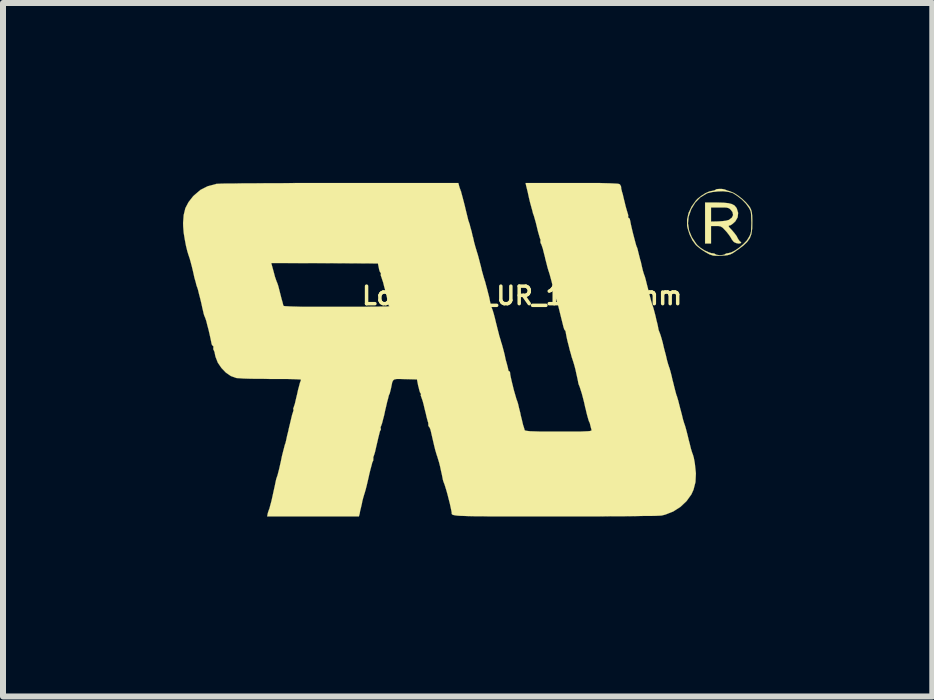
<source format=kicad_pcb>
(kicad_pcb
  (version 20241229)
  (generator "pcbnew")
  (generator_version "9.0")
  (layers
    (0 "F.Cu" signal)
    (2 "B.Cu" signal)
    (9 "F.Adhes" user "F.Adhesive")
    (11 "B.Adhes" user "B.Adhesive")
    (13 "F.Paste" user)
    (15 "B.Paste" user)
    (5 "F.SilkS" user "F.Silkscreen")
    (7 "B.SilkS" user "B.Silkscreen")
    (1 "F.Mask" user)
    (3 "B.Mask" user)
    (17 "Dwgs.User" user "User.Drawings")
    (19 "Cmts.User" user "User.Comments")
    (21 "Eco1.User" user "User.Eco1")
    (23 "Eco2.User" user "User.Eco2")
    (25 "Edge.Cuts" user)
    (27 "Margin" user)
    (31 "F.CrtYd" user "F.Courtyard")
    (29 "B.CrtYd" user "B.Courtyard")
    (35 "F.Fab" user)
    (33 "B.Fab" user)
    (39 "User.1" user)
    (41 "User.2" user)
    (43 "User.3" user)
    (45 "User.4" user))
  (footprint "Logo_silk_UR_10x5.6mm"
    (layer "F.Cu")
    (at 4.754 2.78)
    (property "Reference" "Logo_silk_UR_10x5.6mm" (at 0.9 -0.9 0) (layer "F.SilkS") (effects (font (size 0.292 0.292) (thickness 0.058))))
    (attr exclude_from_pos_files exclude_from_bom)
    (fp_poly (pts (xy 4.552 -1.788) (xy 4.539 -1.773) (xy 4.506 -1.77) (xy 4.468 -1.778) (xy 4.435 -1.793) (xy 4.425 -1.801) (xy 4.397 -1.836) (xy 4.374 -1.877) (xy 4.348 -1.915) (xy 4.31 -1.963) (xy 4.282 -1.994) (xy 4.242 -2.035) (xy 4.209 -2.055) (xy 4.173 -2.062) (xy 4.133 -2.062) (xy 4.049 -2.062) (xy 4.049 -1.918) (xy 4.049 -1.77) (xy 3.998 -1.77) (xy 3.95 -1.77) (xy 3.95 -2.113) (xy 3.95 -2.454) (xy 4.145 -2.454) (xy 4.255 -2.451) (xy 4.338 -2.443) (xy 4.397 -2.428) (xy 4.44 -2.405) (xy 4.468 -2.372) (xy 4.478 -2.357) (xy 4.501 -2.281) (xy 4.493 -2.207) (xy 4.455 -2.141) (xy 4.453 -2.139) (xy 4.417 -2.106) (xy 4.417 -2.245) (xy 4.407 -2.294) (xy 4.381 -2.329) (xy 4.361 -2.349) (xy 4.338 -2.362) (xy 4.305 -2.37) (xy 4.257 -2.372) (xy 4.196 -2.372) (xy 4.049 -2.372) (xy 4.049 -2.256) (xy 4.049 -2.136) (xy 4.176 -2.139) (xy 4.242 -2.144) (xy 4.3 -2.151) (xy 4.338 -2.162) (xy 4.343 -2.162) (xy 4.397 -2.202) (xy 4.417 -2.245) (xy 4.417 -2.106) (xy 4.415 -2.103) (xy 4.379 -2.078) (xy 4.366 -2.073) (xy 4.346 -2.068) (xy 4.343 -2.057) (xy 4.356 -2.037) (xy 4.389 -2.002) (xy 4.397 -1.994) (xy 4.44 -1.943) (xy 4.478 -1.892) (xy 4.491 -1.864) (xy 4.514 -1.826) (xy 4.531 -1.806) (xy 4.536 -1.803) (xy 4.552 -1.791) (xy 4.552 -1.788)) (stroke (width 0.003) (type solid)) (fill yes) (layer "F.SilkS"))
    (fp_poly (pts (xy 4.737 -2.126) (xy 4.735 -2.017) (xy 4.722 -1.93) (xy 4.722 -1.928) (xy 4.722 -2.108) (xy 4.722 -2.121) (xy 4.719 -2.202) (xy 4.717 -2.258) (xy 4.712 -2.299) (xy 4.699 -2.332) (xy 4.681 -2.365) (xy 4.676 -2.372) (xy 4.63 -2.436) (xy 4.564 -2.504) (xy 4.488 -2.563) (xy 4.417 -2.609) (xy 4.404 -2.614) (xy 4.341 -2.631) (xy 4.255 -2.642) (xy 4.161 -2.639) (xy 4.072 -2.629) (xy 3.993 -2.611) (xy 3.975 -2.603) (xy 3.871 -2.54) (xy 3.785 -2.451) (xy 3.719 -2.342) (xy 3.675 -2.215) (xy 3.665 -2.106) (xy 3.683 -1.989) (xy 3.729 -1.877) (xy 3.8 -1.77) (xy 3.825 -1.74) (xy 3.876 -1.697) (xy 3.94 -1.656) (xy 4.006 -1.626) (xy 4.059 -1.608) (xy 4.072 -1.608) (xy 4.105 -1.603) (xy 4.12 -1.593) (xy 4.143 -1.582) (xy 4.183 -1.577) (xy 4.201 -1.575) (xy 4.247 -1.58) (xy 4.277 -1.587) (xy 4.282 -1.593) (xy 4.305 -1.605) (xy 4.331 -1.608) (xy 4.384 -1.621) (xy 4.45 -1.654) (xy 4.519 -1.702) (xy 4.587 -1.76) (xy 4.646 -1.821) (xy 4.676 -1.869) (xy 4.696 -1.905) (xy 4.709 -1.938) (xy 4.717 -1.976) (xy 4.719 -2.032) (xy 4.722 -2.108) (xy 4.722 -1.928) (xy 4.696 -1.859) (xy 4.651 -1.796) (xy 4.587 -1.735) (xy 4.498 -1.669) (xy 4.475 -1.654) (xy 4.417 -1.613) (xy 4.371 -1.59) (xy 4.328 -1.577) (xy 4.275 -1.57) (xy 4.242 -1.57) (xy 4.176 -1.567) (xy 4.12 -1.567) (xy 4.082 -1.57) (xy 4.023 -1.59) (xy 3.955 -1.628) (xy 3.884 -1.674) (xy 3.823 -1.722) (xy 3.797 -1.745) (xy 3.739 -1.824) (xy 3.691 -1.923) (xy 3.658 -2.029) (xy 3.65 -2.065) (xy 3.65 -2.172) (xy 3.675 -2.281) (xy 3.726 -2.388) (xy 3.795 -2.484) (xy 3.823 -2.515) (xy 3.886 -2.565) (xy 3.955 -2.609) (xy 4.023 -2.639) (xy 4.074 -2.649) (xy 4.107 -2.657) (xy 4.12 -2.664) (xy 4.143 -2.677) (xy 4.183 -2.68) (xy 4.232 -2.68) (xy 4.275 -2.672) (xy 4.288 -2.667) (xy 4.321 -2.654) (xy 4.369 -2.639) (xy 4.381 -2.634) (xy 4.435 -2.611) (xy 4.501 -2.568) (xy 4.569 -2.515) (xy 4.633 -2.454) (xy 4.681 -2.398) (xy 4.702 -2.367) (xy 4.719 -2.329) (xy 4.729 -2.289) (xy 4.735 -2.238) (xy 4.737 -2.164) (xy 4.737 -2.126)) (stroke (width 0.003) (type solid)) (fill yes) (layer "F.SilkS"))
    (fp_poly (pts (xy 3.797 2.06) (xy 3.79 2.207) (xy 3.757 2.334) (xy 3.721 2.413) (xy 3.64 2.525) (xy 3.538 2.621) (xy 3.419 2.697) (xy 3.289 2.748) (xy 3.226 2.764) (xy 3.193 2.766) (xy 3.129 2.769) (xy 3.038 2.771) (xy 2.918 2.771) (xy 2.771 2.774) (xy 2.601 2.776) (xy 2.405 2.776) (xy 2.189 2.779) (xy 1.953 2.779) (xy 1.699 2.779) (xy 1.448 2.779) (xy 1.173 2.779) (xy 0.932 2.779) (xy 0.716 2.779) (xy 0.528 2.779) (xy 0.366 2.779) (xy 0.226 2.776) (xy 0.109 2.776) (xy 0.013 2.774) (xy -0.066 2.771) (xy -0.13 2.769) (xy -0.178 2.766) (xy -0.216 2.761) (xy -0.241 2.756) (xy -0.259 2.751) (xy -0.269 2.743) (xy -0.274 2.736) (xy -0.274 2.728) (xy -0.274 2.718) (xy -0.274 2.715) (xy -0.279 2.687) (xy -0.29 2.634) (xy -0.305 2.565) (xy -0.325 2.487) (xy -0.345 2.408) (xy -0.366 2.334) (xy -0.384 2.276) (xy -0.396 2.238) (xy -0.399 2.233) (xy -0.414 2.192) (xy -0.422 2.164) (xy -0.422 2.162) (xy -0.427 2.136) (xy -0.437 2.085) (xy -0.452 2.019) (xy -0.467 1.948) (xy -0.485 1.877) (xy -0.503 1.819) (xy -0.516 1.775) (xy -0.521 1.763) (xy -0.531 1.73) (xy -0.549 1.669) (xy -0.569 1.587) (xy -0.592 1.488) (xy -0.617 1.379) (xy -0.617 1.377) (xy -0.63 1.326) (xy -0.645 1.293) (xy -0.653 1.283) (xy -0.663 1.27) (xy -0.663 1.255) (xy -0.665 1.217) (xy -0.671 1.201) (xy -0.678 1.176) (xy -0.691 1.128) (xy -0.706 1.062) (xy -0.724 0.991) (xy -0.742 0.914) (xy -0.759 0.851) (xy -0.775 0.805) (xy -0.782 0.785) (xy -0.792 0.757) (xy -0.787 0.749) (xy -0.787 0.732) (xy -0.792 0.729) (xy -0.803 0.711) (xy -0.815 0.671) (xy -0.828 0.615) (xy -0.831 0.61) (xy -0.853 0.495) (xy -1.052 0.49) (xy -1.135 0.488) (xy -1.191 0.488) (xy -1.229 0.495) (xy -1.25 0.511) (xy -1.265 0.541) (xy -1.275 0.589) (xy -1.285 0.64) (xy -1.298 0.693) (xy -1.308 0.732) (xy -1.311 0.737) (xy -1.311 -0.724) (xy -1.331 -0.747) (xy -1.331 -0.757) (xy -1.336 -0.785) (xy -1.346 -0.838) (xy -1.361 -0.907) (xy -1.379 -0.98) (xy -1.4 -1.054) (xy -1.417 -1.123) (xy -1.435 -1.176) (xy -1.445 -1.209) (xy -1.448 -1.214) (xy -1.458 -1.245) (xy -1.455 -1.26) (xy -1.455 -1.28) (xy -1.46 -1.283) (xy -1.471 -1.298) (xy -1.483 -1.333) (xy -1.488 -1.361) (xy -1.504 -1.438) (xy -2.393 -1.443) (xy -3.282 -1.445) (xy -3.239 -1.288) (xy -3.221 -1.219) (xy -3.203 -1.166) (xy -3.19 -1.13) (xy -3.185 -1.12) (xy -3.178 -1.102) (xy -3.165 -1.062) (xy -3.155 -1.024) (xy -3.137 -0.953) (xy -3.117 -0.874) (xy -3.109 -0.843) (xy -3.094 -0.792) (xy -3.084 -0.749) (xy -3.078 -0.734) (xy -3.071 -0.729) (xy -3.048 -0.726) (xy -3.01 -0.724) (xy -2.954 -0.721) (xy -2.878 -0.719) (xy -2.776 -0.716) (xy -2.652 -0.716) (xy -2.502 -0.716) (xy -2.322 -0.716) (xy -2.182 -0.716) (xy -2.017 -0.716) (xy -1.862 -0.716) (xy -1.72 -0.716) (xy -1.595 -0.719) (xy -1.488 -0.719) (xy -1.405 -0.721) (xy -1.346 -0.721) (xy -1.316 -0.724) (xy -1.311 -0.724) (xy -1.311 0.737) (xy -1.316 0.747) (xy -1.323 0.765) (xy -1.333 0.808) (xy -1.351 0.874) (xy -1.369 0.953) (xy -1.382 1.006) (xy -1.4 1.092) (xy -1.42 1.168) (xy -1.435 1.227) (xy -1.448 1.262) (xy -1.45 1.27) (xy -1.46 1.29) (xy -1.458 1.303) (xy -1.455 1.333) (xy -1.46 1.341) (xy -1.471 1.361) (xy -1.483 1.41) (xy -1.499 1.473) (xy -1.516 1.549) (xy -1.519 1.56) (xy -1.537 1.638) (xy -1.552 1.704) (xy -1.567 1.753) (xy -1.575 1.775) (xy -1.577 1.778) (xy -1.582 1.803) (xy -1.58 1.814) (xy -1.582 1.847) (xy -1.587 1.857) (xy -1.598 1.88) (xy -1.61 1.928) (xy -1.628 1.994) (xy -1.648 2.075) (xy -1.656 2.113) (xy -1.676 2.2) (xy -1.694 2.276) (xy -1.709 2.334) (xy -1.72 2.372) (xy -1.722 2.38) (xy -1.732 2.41) (xy -1.748 2.464) (xy -1.765 2.53) (xy -1.77 2.56) (xy -1.786 2.629) (xy -1.801 2.69) (xy -1.808 2.733) (xy -1.811 2.743) (xy -1.821 2.779) (xy -2.586 2.779) (xy -3.35 2.779) (xy -3.34 2.725) (xy -3.327 2.685) (xy -3.317 2.657) (xy -3.315 2.657) (xy -3.31 2.637) (xy -3.297 2.588) (xy -3.279 2.522) (xy -3.261 2.441) (xy -3.241 2.349) (xy -3.221 2.258) (xy -3.208 2.195) (xy -3.198 2.151) (xy -3.188 2.123) (xy -3.188 2.121) (xy -3.18 2.101) (xy -3.167 2.052) (xy -3.15 1.986) (xy -3.132 1.905) (xy -3.122 1.862) (xy -3.104 1.773) (xy -3.084 1.694) (xy -3.068 1.633) (xy -3.058 1.593) (xy -3.056 1.585) (xy -3.045 1.557) (xy -3.033 1.506) (xy -3.018 1.435) (xy -2.997 1.351) (xy -2.99 1.316) (xy -2.969 1.229) (xy -2.951 1.153) (xy -2.936 1.09) (xy -2.924 1.052) (xy -2.921 1.044) (xy -2.911 1.011) (xy -2.913 0.996) (xy -2.916 0.975) (xy -2.911 0.968) (xy -2.903 0.945) (xy -2.888 0.899) (xy -2.873 0.833) (xy -2.855 0.757) (xy -2.852 0.747) (xy -2.835 0.668) (xy -2.817 0.602) (xy -2.804 0.551) (xy -2.794 0.526) (xy -2.786 0.503) (xy -2.789 0.498) (xy -2.809 0.495) (xy -2.855 0.493) (xy -2.926 0.49) (xy -3.018 0.488) (xy -3.127 0.488) (xy -3.246 0.488) (xy -3.292 0.488) (xy -3.419 0.485) (xy -3.541 0.485) (xy -3.65 0.483) (xy -3.744 0.48) (xy -3.815 0.475) (xy -3.861 0.472) (xy -3.868 0.47) (xy -3.955 0.439) (xy -4.039 0.381) (xy -4.112 0.305) (xy -4.173 0.216) (xy -4.211 0.119) (xy -4.219 0.084) (xy -4.227 0.041) (xy -4.239 0.01) (xy -4.242 0.008) (xy -4.249 -0.01) (xy -4.247 -0.03) (xy -4.247 -0.058) (xy -4.255 -0.064) (xy -4.27 -0.079) (xy -4.28 -0.112) (xy -4.28 -0.117) (xy -4.293 -0.18) (xy -4.31 -0.257) (xy -4.328 -0.335) (xy -4.348 -0.409) (xy -4.364 -0.475) (xy -4.379 -0.521) (xy -4.387 -0.541) (xy -4.399 -0.569) (xy -4.412 -0.612) (xy -4.412 -0.617) (xy -4.43 -0.693) (xy -4.448 -0.777) (xy -4.468 -0.859) (xy -4.488 -0.935) (xy -4.503 -0.998) (xy -4.516 -1.039) (xy -4.519 -1.046) (xy -4.529 -1.074) (xy -4.542 -1.128) (xy -4.562 -1.196) (xy -4.58 -1.278) (xy -4.585 -1.3) (xy -4.605 -1.384) (xy -4.625 -1.46) (xy -4.643 -1.524) (xy -4.656 -1.562) (xy -4.658 -1.567) (xy -4.681 -1.641) (xy -4.704 -1.735) (xy -4.724 -1.841) (xy -4.742 -1.951) (xy -4.75 -2.052) (xy -4.752 -2.113) (xy -4.742 -2.245) (xy -4.714 -2.36) (xy -4.661 -2.461) (xy -4.585 -2.558) (xy -4.569 -2.573) (xy -4.463 -2.664) (xy -4.343 -2.725) (xy -4.206 -2.761) (xy -4.204 -2.764) (xy -4.171 -2.766) (xy -4.107 -2.769) (xy -4.013 -2.771) (xy -3.889 -2.771) (xy -3.739 -2.774) (xy -3.559 -2.774) (xy -3.353 -2.776) (xy -3.124 -2.776) (xy -2.868 -2.779) (xy -2.591 -2.779) (xy -2.291 -2.779) (xy -2.134 -2.779) (xy -0.163 -2.779) (xy -0.152 -2.736) (xy -0.14 -2.695) (xy -0.132 -2.675) (xy -0.122 -2.644) (xy -0.119 -2.642) (xy -0.112 -2.611) (xy -0.109 -2.601) (xy -0.102 -2.576) (xy -0.089 -2.527) (xy -0.071 -2.459) (xy -0.051 -2.38) (xy -0.048 -2.365) (xy -0.028 -2.283) (xy -0.01 -2.21) (xy 0.003 -2.156) (xy 0.015 -2.123) (xy 0.015 -2.121) (xy 0.025 -2.093) (xy 0.038 -2.04) (xy 0.058 -1.971) (xy 0.076 -1.89) (xy 0.081 -1.877) (xy 0.099 -1.796) (xy 0.119 -1.722) (xy 0.135 -1.669) (xy 0.145 -1.636) (xy 0.145 -1.633) (xy 0.155 -1.605) (xy 0.17 -1.552) (xy 0.188 -1.483) (xy 0.208 -1.405) (xy 0.211 -1.397) (xy 0.229 -1.318) (xy 0.249 -1.247) (xy 0.264 -1.194) (xy 0.274 -1.163) (xy 0.274 -1.161) (xy 0.284 -1.133) (xy 0.297 -1.082) (xy 0.315 -1.016) (xy 0.333 -0.945) (xy 0.351 -0.876) (xy 0.363 -0.815) (xy 0.371 -0.775) (xy 0.373 -0.762) (xy 0.378 -0.737) (xy 0.394 -0.696) (xy 0.396 -0.693) (xy 0.409 -0.658) (xy 0.427 -0.599) (xy 0.447 -0.523) (xy 0.467 -0.439) (xy 0.47 -0.429) (xy 0.49 -0.348) (xy 0.508 -0.279) (xy 0.521 -0.226) (xy 0.531 -0.196) (xy 0.531 -0.193) (xy 0.541 -0.163) (xy 0.544 -0.152) (xy 0.551 -0.124) (xy 0.556 -0.112) (xy 0.564 -0.086) (xy 0.577 -0.038) (xy 0.594 0.025) (xy 0.61 0.089) (xy 0.625 0.163) (xy 0.643 0.226) (xy 0.655 0.272) (xy 0.66 0.292) (xy 0.668 0.325) (xy 0.668 0.335) (xy 0.676 0.356) (xy 0.681 0.356) (xy 0.696 0.368) (xy 0.699 0.381) (xy 0.701 0.409) (xy 0.711 0.46) (xy 0.726 0.526) (xy 0.744 0.599) (xy 0.762 0.673) (xy 0.782 0.742) (xy 0.798 0.798) (xy 0.808 0.831) (xy 0.81 0.836) (xy 0.818 0.856) (xy 0.833 0.904) (xy 0.848 0.97) (xy 0.869 1.052) (xy 0.876 1.09) (xy 0.897 1.173) (xy 0.914 1.247) (xy 0.932 1.303) (xy 0.942 1.339) (xy 0.945 1.344) (xy 0.958 1.349) (xy 0.988 1.354) (xy 1.034 1.359) (xy 1.102 1.361) (xy 1.196 1.364) (xy 1.316 1.364) (xy 1.463 1.364) (xy 1.514 1.364) (xy 1.664 1.364) (xy 1.783 1.364) (xy 1.875 1.364) (xy 1.946 1.361) (xy 1.994 1.359) (xy 2.027 1.356) (xy 2.047 1.351) (xy 2.057 1.346) (xy 2.057 1.339) (xy 2.057 1.336) (xy 2.047 1.3) (xy 2.037 1.26) (xy 2.027 1.219) (xy 2.014 1.194) (xy 2.007 1.173) (xy 1.994 1.128) (xy 1.976 1.062) (xy 1.958 0.983) (xy 1.951 0.958) (xy 1.933 0.876) (xy 1.915 0.805) (xy 1.9 0.749) (xy 1.892 0.719) (xy 1.89 0.714) (xy 1.88 0.683) (xy 1.877 0.673) (xy 1.869 0.648) (xy 1.857 0.612) (xy 1.841 0.574) (xy 1.836 0.551) (xy 1.831 0.523) (xy 1.821 0.475) (xy 1.806 0.409) (xy 1.791 0.338) (xy 1.773 0.269) (xy 1.755 0.208) (xy 1.742 0.168) (xy 1.737 0.152) (xy 1.727 0.124) (xy 1.714 0.074) (xy 1.694 0.005) (xy 1.676 -0.069) (xy 1.656 -0.145) (xy 1.641 -0.213) (xy 1.631 -0.267) (xy 1.626 -0.297) (xy 1.626 -0.3) (xy 1.618 -0.32) (xy 1.613 -0.323) (xy 1.603 -0.338) (xy 1.59 -0.376) (xy 1.58 -0.417) (xy 1.547 -0.549) (xy 1.521 -0.655) (xy 1.501 -0.737) (xy 1.486 -0.787) (xy 1.478 -0.803) (xy 1.471 -0.831) (xy 1.455 -0.884) (xy 1.438 -0.953) (xy 1.417 -1.034) (xy 1.412 -1.046) (xy 1.394 -1.128) (xy 1.374 -1.201) (xy 1.359 -1.257) (xy 1.349 -1.288) (xy 1.349 -1.29) (xy 1.339 -1.318) (xy 1.323 -1.372) (xy 1.306 -1.44) (xy 1.285 -1.521) (xy 1.283 -1.534) (xy 1.262 -1.615) (xy 1.245 -1.684) (xy 1.227 -1.737) (xy 1.217 -1.765) (xy 1.214 -1.765) (xy 1.204 -1.796) (xy 1.206 -1.808) (xy 1.206 -1.839) (xy 1.201 -1.847) (xy 1.194 -1.867) (xy 1.181 -1.913) (xy 1.163 -1.976) (xy 1.146 -2.047) (xy 1.128 -2.121) (xy 1.11 -2.184) (xy 1.097 -2.23) (xy 1.09 -2.25) (xy 1.079 -2.278) (xy 1.079 -2.283) (xy 1.072 -2.311) (xy 1.069 -2.324) (xy 1.062 -2.347) (xy 1.049 -2.395) (xy 1.031 -2.461) (xy 1.013 -2.537) (xy 0.996 -2.616) (xy 0.978 -2.69) (xy 0.965 -2.743) (xy 0.958 -2.779) (xy 1.732 -2.779) (xy 1.913 -2.779) (xy 2.065 -2.779) (xy 2.189 -2.779) (xy 2.291 -2.776) (xy 2.37 -2.774) (xy 2.428 -2.771) (xy 2.471 -2.769) (xy 2.502 -2.766) (xy 2.52 -2.761) (xy 2.53 -2.756) (xy 2.548 -2.725) (xy 2.55 -2.71) (xy 2.553 -2.677) (xy 2.558 -2.664) (xy 2.563 -2.639) (xy 2.578 -2.591) (xy 2.593 -2.525) (xy 2.609 -2.461) (xy 2.626 -2.39) (xy 2.644 -2.327) (xy 2.657 -2.283) (xy 2.662 -2.268) (xy 2.67 -2.238) (xy 2.667 -2.223) (xy 2.672 -2.197) (xy 2.68 -2.195) (xy 2.695 -2.182) (xy 2.697 -2.169) (xy 2.703 -2.141) (xy 2.713 -2.09) (xy 2.728 -2.024) (xy 2.746 -1.948) (xy 2.766 -1.872) (xy 2.784 -1.803) (xy 2.799 -1.748) (xy 2.809 -1.717) (xy 2.812 -1.714) (xy 2.822 -1.687) (xy 2.835 -1.633) (xy 2.852 -1.565) (xy 2.873 -1.483) (xy 2.878 -1.471) (xy 2.896 -1.389) (xy 2.913 -1.318) (xy 2.929 -1.265) (xy 2.939 -1.237) (xy 2.941 -1.234) (xy 2.949 -1.209) (xy 2.962 -1.161) (xy 2.979 -1.092) (xy 3 -1.011) (xy 3.007 -0.98) (xy 3.028 -0.899) (xy 3.045 -0.831) (xy 3.061 -0.777) (xy 3.068 -0.749) (xy 3.071 -0.747) (xy 3.078 -0.729) (xy 3.091 -0.686) (xy 3.106 -0.63) (xy 3.124 -0.561) (xy 3.139 -0.493) (xy 3.155 -0.432) (xy 3.165 -0.384) (xy 3.17 -0.356) (xy 3.175 -0.33) (xy 3.19 -0.29) (xy 3.193 -0.284) (xy 3.205 -0.251) (xy 3.223 -0.193) (xy 3.244 -0.117) (xy 3.264 -0.03) (xy 3.274 0.008) (xy 3.297 0.094) (xy 3.315 0.173) (xy 3.332 0.234) (xy 3.345 0.274) (xy 3.348 0.284) (xy 3.358 0.31) (xy 3.373 0.363) (xy 3.391 0.432) (xy 3.409 0.513) (xy 3.414 0.528) (xy 3.434 0.61) (xy 3.452 0.681) (xy 3.467 0.737) (xy 3.477 0.77) (xy 3.48 0.772) (xy 3.487 0.798) (xy 3.503 0.851) (xy 3.52 0.919) (xy 3.541 1.001) (xy 3.543 1.006) (xy 3.564 1.087) (xy 3.581 1.158) (xy 3.597 1.212) (xy 3.607 1.242) (xy 3.617 1.27) (xy 3.632 1.323) (xy 3.65 1.392) (xy 3.67 1.473) (xy 3.675 1.496) (xy 3.696 1.575) (xy 3.713 1.646) (xy 3.729 1.699) (xy 3.739 1.73) (xy 3.741 1.732) (xy 3.749 1.755) (xy 3.762 1.801) (xy 3.774 1.864) (xy 3.78 1.902) (xy 3.797 2.06)) (stroke (width 0.003) (type solid)) (fill yes) (layer "F.SilkS")))
  (gr_rect
    (start -3 -3)
    (end 12.492 8.56)
    (stroke (width 0.1) (type default))
    (fill no)
    (layer "Edge.Cuts")))
</source>
